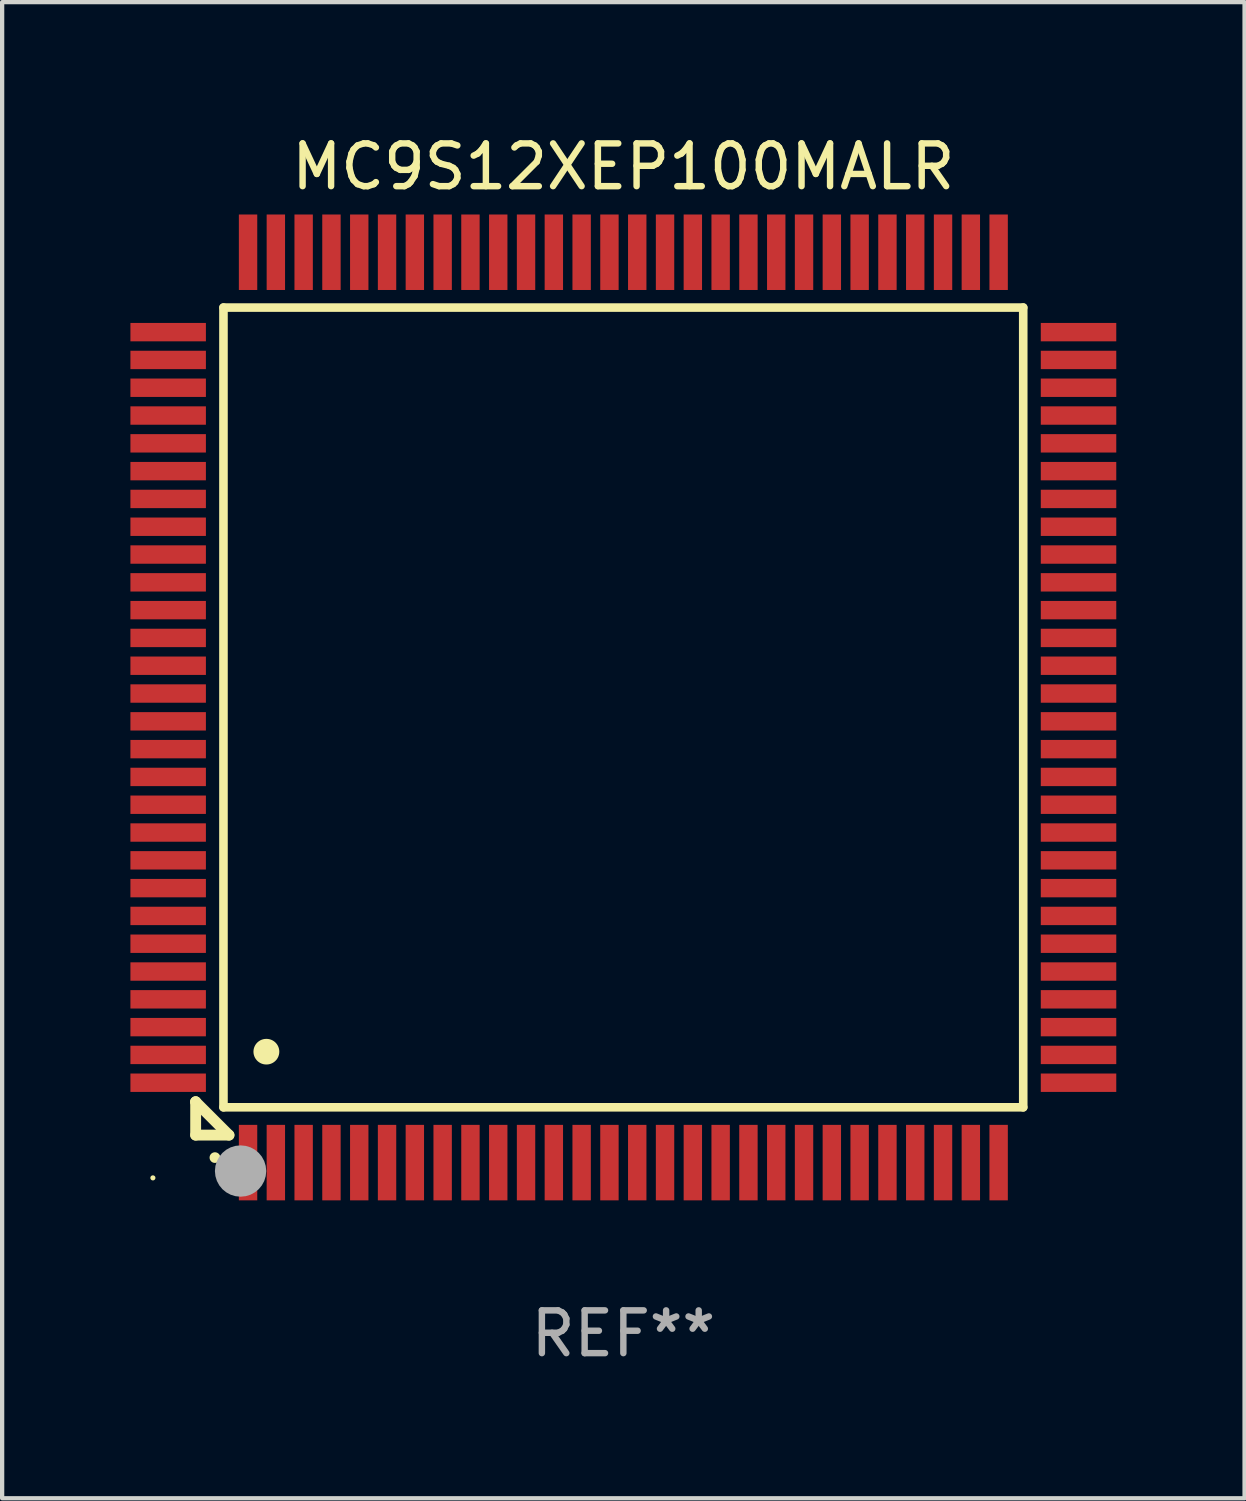
<source format=kicad_pcb>
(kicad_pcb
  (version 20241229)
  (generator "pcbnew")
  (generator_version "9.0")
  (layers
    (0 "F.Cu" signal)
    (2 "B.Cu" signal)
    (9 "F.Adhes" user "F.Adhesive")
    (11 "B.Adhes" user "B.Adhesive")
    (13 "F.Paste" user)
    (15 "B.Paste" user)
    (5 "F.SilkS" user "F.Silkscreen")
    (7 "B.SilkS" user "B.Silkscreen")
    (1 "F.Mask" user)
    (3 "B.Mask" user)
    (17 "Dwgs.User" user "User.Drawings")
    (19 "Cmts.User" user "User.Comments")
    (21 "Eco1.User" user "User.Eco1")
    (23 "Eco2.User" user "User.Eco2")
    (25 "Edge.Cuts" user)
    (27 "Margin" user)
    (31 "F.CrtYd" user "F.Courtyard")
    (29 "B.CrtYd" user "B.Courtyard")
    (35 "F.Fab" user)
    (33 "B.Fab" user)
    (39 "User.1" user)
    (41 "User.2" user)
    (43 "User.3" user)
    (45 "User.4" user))
  (footprint "MC9S12XEP100MALR"
    (layer "F.Cu")
    (at 11.525 13.491)
    (property "Reference" "MC9S12XEP100MALR" (at 0 -12.643 0) (layer "F.SilkS") (effects (font (size 1 1) (thickness 0.15))))
    (attr through_hole)
    (fp_line (start -10 9.221) (end -10 9.221) (stroke (width 0.254) (type solid)) (layer "F.SilkS"))
    (fp_line (start -10 9.221) (end -10 10) (stroke (width 0.254) (type solid)) (layer "F.SilkS"))
    (fp_line (start -10 9.221) (end -9.221 10) (stroke (width 0.254) (type solid)) (layer "F.SilkS"))
    (fp_line (start -10 10) (end -9.221 10) (stroke (width 0.254) (type solid)) (layer "F.SilkS"))
    (fp_line (start -9.35 -9.35) (end -9.35 9.35) (stroke (width 0.201) (type solid)) (layer "F.SilkS"))
    (fp_line (start -9.35 9.35) (end 9.35 9.35) (stroke (width 0.201) (type solid)) (layer "F.SilkS"))
    (fp_line (start 9.35 -9.35) (end -9.35 -9.35) (stroke (width 0.201) (type solid)) (layer "F.SilkS"))
    (fp_line (start 9.35 9.35) (end 9.35 -9.35) (stroke (width 0.201) (type solid)) (layer "F.SilkS"))
    (fp_arc (start -9.550546 10.525832) (mid -9.549276 10.525826) (end -9.548006 10.525832) (stroke (width 0.24892) (type solid)) (layer "F.SilkS"))
    (fp_arc (start -8.349124 8.049327) (mid -8.346584 8.049316) (end -8.344044 8.049327) (stroke (width 0.599441) (type solid)) (layer "F.SilkS"))
    (fp_circle (center -11 11) (end -10.97 11) (stroke (width 0.06) (type solid)) (fill no) (layer "F.SilkS"))
    (fp_circle (center -8.95 10.84) (end -8.65 10.84) (stroke (width 0.6) (type solid)) (fill no) (layer "F.Fab"))
    (fp_text user "REF**" (at 0 14.643 0) (layer "F.Fab") (effects (font (size 1 1) (thickness 0.15))))
    (pad "1" smd rect (at -8.775 10.643) (size 0.43 1.765) (layers "F.Cu" "F.Mask" "F.Paste"))
    (pad "2" smd rect (at -8.125 10.643) (size 0.43 1.765) (layers "F.Cu" "F.Mask" "F.Paste"))
    (pad "3" smd rect (at -7.475 10.643) (size 0.43 1.765) (layers "F.Cu" "F.Mask" "F.Paste"))
    (pad "4" smd rect (at -6.825 10.643) (size 0.43 1.765) (layers "F.Cu" "F.Mask" "F.Paste"))
    (pad "5" smd rect (at -6.175 10.643) (size 0.43 1.765) (layers "F.Cu" "F.Mask" "F.Paste"))
    (pad "6" smd rect (at -5.525 10.643) (size 0.43 1.765) (layers "F.Cu" "F.Mask" "F.Paste"))
    (pad "7" smd rect (at -4.875 10.643) (size 0.43 1.765) (layers "F.Cu" "F.Mask" "F.Paste"))
    (pad "8" smd rect (at -4.225 10.643) (size 0.43 1.765) (layers "F.Cu" "F.Mask" "F.Paste"))
    (pad "9" smd rect (at -3.575 10.643) (size 0.43 1.765) (layers "F.Cu" "F.Mask" "F.Paste"))
    (pad "10" smd rect (at -2.925 10.643) (size 0.43 1.765) (layers "F.Cu" "F.Mask" "F.Paste"))
    (pad "11" smd rect (at -2.275 10.643) (size 0.43 1.765) (layers "F.Cu" "F.Mask" "F.Paste"))
    (pad "12" smd rect (at -1.625 10.643) (size 0.43 1.765) (layers "F.Cu" "F.Mask" "F.Paste"))
    (pad "13" smd rect (at -0.975 10.643) (size 0.43 1.765) (layers "F.Cu" "F.Mask" "F.Paste"))
    (pad "14" smd rect (at -0.325 10.643) (size 0.43 1.765) (layers "F.Cu" "F.Mask" "F.Paste"))
    (pad "15" smd rect (at 0.325 10.643) (size 0.43 1.765) (layers "F.Cu" "F.Mask" "F.Paste"))
    (pad "16" smd rect (at 0.975 10.643) (size 0.43 1.765) (layers "F.Cu" "F.Mask" "F.Paste"))
    (pad "17" smd rect (at 1.625 10.643) (size 0.43 1.765) (layers "F.Cu" "F.Mask" "F.Paste"))
    (pad "18" smd rect (at 2.275 10.643) (size 0.43 1.765) (layers "F.Cu" "F.Mask" "F.Paste"))
    (pad "19" smd rect (at 2.925 10.643) (size 0.43 1.765) (layers "F.Cu" "F.Mask" "F.Paste"))
    (pad "20" smd rect (at 3.575 10.643) (size 0.43 1.765) (layers "F.Cu" "F.Mask" "F.Paste"))
    (pad "21" smd rect (at 4.225 10.643) (size 0.43 1.765) (layers "F.Cu" "F.Mask" "F.Paste"))
    (pad "22" smd rect (at 4.875 10.643) (size 0.43 1.765) (layers "F.Cu" "F.Mask" "F.Paste"))
    (pad "23" smd rect (at 5.525 10.643) (size 0.43 1.765) (layers "F.Cu" "F.Mask" "F.Paste"))
    (pad "24" smd rect (at 6.175 10.643) (size 0.43 1.765) (layers "F.Cu" "F.Mask" "F.Paste"))
    (pad "25" smd rect (at 6.825 10.643) (size 0.43 1.765) (layers "F.Cu" "F.Mask" "F.Paste"))
    (pad "26" smd rect (at 7.475 10.643) (size 0.43 1.765) (layers "F.Cu" "F.Mask" "F.Paste"))
    (pad "27" smd rect (at 8.125 10.643) (size 0.43 1.765) (layers "F.Cu" "F.Mask" "F.Paste"))
    (pad "28" smd rect (at 8.775 10.643) (size 0.43 1.765) (layers "F.Cu" "F.Mask" "F.Paste"))
    (pad "29" smd rect (at 10.643 8.775) (size 1.765 0.43) (layers "F.Cu" "F.Mask" "F.Paste"))
    (pad "30" smd rect (at 10.643 8.125) (size 1.765 0.43) (layers "F.Cu" "F.Mask" "F.Paste"))
    (pad "31" smd rect (at 10.643 7.475) (size 1.765 0.43) (layers "F.Cu" "F.Mask" "F.Paste"))
    (pad "32" smd rect (at 10.643 6.825) (size 1.765 0.43) (layers "F.Cu" "F.Mask" "F.Paste"))
    (pad "33" smd rect (at 10.643 6.175) (size 1.765 0.43) (layers "F.Cu" "F.Mask" "F.Paste"))
    (pad "34" smd rect (at 10.643 5.525) (size 1.765 0.43) (layers "F.Cu" "F.Mask" "F.Paste"))
    (pad "35" smd rect (at 10.643 4.875) (size 1.765 0.43) (layers "F.Cu" "F.Mask" "F.Paste"))
    (pad "36" smd rect (at 10.643 4.225) (size 1.765 0.43) (layers "F.Cu" "F.Mask" "F.Paste"))
    (pad "37" smd rect (at 10.643 3.575) (size 1.765 0.43) (layers "F.Cu" "F.Mask" "F.Paste"))
    (pad "38" smd rect (at 10.643 2.925) (size 1.765 0.43) (layers "F.Cu" "F.Mask" "F.Paste"))
    (pad "39" smd rect (at 10.643 2.275) (size 1.765 0.43) (layers "F.Cu" "F.Mask" "F.Paste"))
    (pad "40" smd rect (at 10.643 1.625) (size 1.765 0.43) (layers "F.Cu" "F.Mask" "F.Paste"))
    (pad "41" smd rect (at 10.643 0.975) (size 1.765 0.43) (layers "F.Cu" "F.Mask" "F.Paste"))
    (pad "42" smd rect (at 10.643 0.325) (size 1.765 0.43) (layers "F.Cu" "F.Mask" "F.Paste"))
    (pad "43" smd rect (at 10.643 -0.325) (size 1.765 0.43) (layers "F.Cu" "F.Mask" "F.Paste"))
    (pad "44" smd rect (at 10.643 -0.975) (size 1.765 0.43) (layers "F.Cu" "F.Mask" "F.Paste"))
    (pad "45" smd rect (at 10.643 -1.625) (size 1.765 0.43) (layers "F.Cu" "F.Mask" "F.Paste"))
    (pad "46" smd rect (at 10.643 -2.275) (size 1.765 0.43) (layers "F.Cu" "F.Mask" "F.Paste"))
    (pad "47" smd rect (at 10.643 -2.925) (size 1.765 0.43) (layers "F.Cu" "F.Mask" "F.Paste"))
    (pad "48" smd rect (at 10.643 -3.575) (size 1.765 0.43) (layers "F.Cu" "F.Mask" "F.Paste"))
    (pad "49" smd rect (at 10.643 -4.225) (size 1.765 0.43) (layers "F.Cu" "F.Mask" "F.Paste"))
    (pad "50" smd rect (at 10.643 -4.875) (size 1.765 0.43) (layers "F.Cu" "F.Mask" "F.Paste"))
    (pad "51" smd rect (at 10.643 -5.525) (size 1.765 0.43) (layers "F.Cu" "F.Mask" "F.Paste"))
    (pad "52" smd rect (at 10.643 -6.175) (size 1.765 0.43) (layers "F.Cu" "F.Mask" "F.Paste"))
    (pad "53" smd rect (at 10.643 -6.825) (size 1.765 0.43) (layers "F.Cu" "F.Mask" "F.Paste"))
    (pad "54" smd rect (at 10.643 -7.475) (size 1.765 0.43) (layers "F.Cu" "F.Mask" "F.Paste"))
    (pad "55" smd rect (at 10.643 -8.125) (size 1.765 0.43) (layers "F.Cu" "F.Mask" "F.Paste"))
    (pad "56" smd rect (at 10.643 -8.775) (size 1.765 0.43) (layers "F.Cu" "F.Mask" "F.Paste"))
    (pad "57" smd rect (at 8.775 -10.643) (size 0.43 1.765) (layers "F.Cu" "F.Mask" "F.Paste"))
    (pad "58" smd rect (at 8.125 -10.643) (size 0.43 1.765) (layers "F.Cu" "F.Mask" "F.Paste"))
    (pad "59" smd rect (at 7.475 -10.643) (size 0.43 1.765) (layers "F.Cu" "F.Mask" "F.Paste"))
    (pad "60" smd rect (at 6.825 -10.643) (size 0.43 1.765) (layers "F.Cu" "F.Mask" "F.Paste"))
    (pad "61" smd rect (at 6.175 -10.643) (size 0.43 1.765) (layers "F.Cu" "F.Mask" "F.Paste"))
    (pad "62" smd rect (at 5.525 -10.643) (size 0.43 1.765) (layers "F.Cu" "F.Mask" "F.Paste"))
    (pad "63" smd rect (at 4.875 -10.643) (size 0.43 1.765) (layers "F.Cu" "F.Mask" "F.Paste"))
    (pad "64" smd rect (at 4.225 -10.643) (size 0.43 1.765) (layers "F.Cu" "F.Mask" "F.Paste"))
    (pad "65" smd rect (at 3.575 -10.643) (size 0.43 1.765) (layers "F.Cu" "F.Mask" "F.Paste"))
    (pad "66" smd rect (at 2.925 -10.643) (size 0.43 1.765) (layers "F.Cu" "F.Mask" "F.Paste"))
    (pad "67" smd rect (at 2.275 -10.643) (size 0.43 1.765) (layers "F.Cu" "F.Mask" "F.Paste"))
    (pad "68" smd rect (at 1.625 -10.643) (size 0.43 1.765) (layers "F.Cu" "F.Mask" "F.Paste"))
    (pad "69" smd rect (at 0.975 -10.643) (size 0.43 1.765) (layers "F.Cu" "F.Mask" "F.Paste"))
    (pad "70" smd rect (at 0.325 -10.643) (size 0.43 1.765) (layers "F.Cu" "F.Mask" "F.Paste"))
    (pad "71" smd rect (at -0.325 -10.643) (size 0.43 1.765) (layers "F.Cu" "F.Mask" "F.Paste"))
    (pad "72" smd rect (at -0.975 -10.643) (size 0.43 1.765) (layers "F.Cu" "F.Mask" "F.Paste"))
    (pad "73" smd rect (at -1.625 -10.643) (size 0.43 1.765) (layers "F.Cu" "F.Mask" "F.Paste"))
    (pad "74" smd rect (at -2.275 -10.643) (size 0.43 1.765) (layers "F.Cu" "F.Mask" "F.Paste"))
    (pad "75" smd rect (at -2.925 -10.643) (size 0.43 1.765) (layers "F.Cu" "F.Mask" "F.Paste"))
    (pad "76" smd rect (at -3.575 -10.643) (size 0.43 1.765) (layers "F.Cu" "F.Mask" "F.Paste"))
    (pad "77" smd rect (at -4.225 -10.643) (size 0.43 1.765) (layers "F.Cu" "F.Mask" "F.Paste"))
    (pad "78" smd rect (at -4.875 -10.643) (size 0.43 1.765) (layers "F.Cu" "F.Mask" "F.Paste"))
    (pad "79" smd rect (at -5.525 -10.643) (size 0.43 1.765) (layers "F.Cu" "F.Mask" "F.Paste"))
    (pad "80" smd rect (at -6.175 -10.643) (size 0.43 1.765) (layers "F.Cu" "F.Mask" "F.Paste"))
    (pad "81" smd rect (at -6.825 -10.643) (size 0.43 1.765) (layers "F.Cu" "F.Mask" "F.Paste"))
    (pad "82" smd rect (at -7.475 -10.643) (size 0.43 1.765) (layers "F.Cu" "F.Mask" "F.Paste"))
    (pad "83" smd rect (at -8.125 -10.643) (size 0.43 1.765) (layers "F.Cu" "F.Mask" "F.Paste"))
    (pad "84" smd rect (at -8.775 -10.643) (size 0.43 1.765) (layers "F.Cu" "F.Mask" "F.Paste"))
    (pad "85" smd rect (at -10.643 -8.775) (size 1.765 0.43) (layers "F.Cu" "F.Mask" "F.Paste"))
    (pad "86" smd rect (at -10.643 -8.125) (size 1.765 0.43) (layers "F.Cu" "F.Mask" "F.Paste"))
    (pad "87" smd rect (at -10.643 -7.475) (size 1.765 0.43) (layers "F.Cu" "F.Mask" "F.Paste"))
    (pad "88" smd rect (at -10.643 -6.825) (size 1.765 0.43) (layers "F.Cu" "F.Mask" "F.Paste"))
    (pad "89" smd rect (at -10.643 -6.175) (size 1.765 0.43) (layers "F.Cu" "F.Mask" "F.Paste"))
    (pad "90" smd rect (at -10.643 -5.525) (size 1.765 0.43) (layers "F.Cu" "F.Mask" "F.Paste"))
    (pad "91" smd rect (at -10.643 -4.875) (size 1.765 0.43) (layers "F.Cu" "F.Mask" "F.Paste"))
    (pad "92" smd rect (at -10.643 -4.225) (size 1.765 0.43) (layers "F.Cu" "F.Mask" "F.Paste"))
    (pad "93" smd rect (at -10.643 -3.575) (size 1.765 0.43) (layers "F.Cu" "F.Mask" "F.Paste"))
    (pad "94" smd rect (at -10.643 -2.925) (size 1.765 0.43) (layers "F.Cu" "F.Mask" "F.Paste"))
    (pad "95" smd rect (at -10.643 -2.275) (size 1.765 0.43) (layers "F.Cu" "F.Mask" "F.Paste"))
    (pad "96" smd rect (at -10.643 -1.625) (size 1.765 0.43) (layers "F.Cu" "F.Mask" "F.Paste"))
    (pad "97" smd rect (at -10.643 -0.975) (size 1.765 0.43) (layers "F.Cu" "F.Mask" "F.Paste"))
    (pad "98" smd rect (at -10.643 -0.325) (size 1.765 0.43) (layers "F.Cu" "F.Mask" "F.Paste"))
    (pad "99" smd rect (at -10.643 0.325) (size 1.765 0.43) (layers "F.Cu" "F.Mask" "F.Paste"))
    (pad "100" smd rect (at -10.643 0.975) (size 1.765 0.43) (layers "F.Cu" "F.Mask" "F.Paste"))
    (pad "101" smd rect (at -10.643 1.625) (size 1.765 0.43) (layers "F.Cu" "F.Mask" "F.Paste"))
    (pad "102" smd rect (at -10.643 2.275) (size 1.765 0.43) (layers "F.Cu" "F.Mask" "F.Paste"))
    (pad "103" smd rect (at -10.643 2.925) (size 1.765 0.43) (layers "F.Cu" "F.Mask" "F.Paste"))
    (pad "104" smd rect (at -10.643 3.575) (size 1.765 0.43) (layers "F.Cu" "F.Mask" "F.Paste"))
    (pad "105" smd rect (at -10.643 4.225) (size 1.765 0.43) (layers "F.Cu" "F.Mask" "F.Paste"))
    (pad "106" smd rect (at -10.643 4.875) (size 1.765 0.43) (layers "F.Cu" "F.Mask" "F.Paste"))
    (pad "107" smd rect (at -10.643 5.525) (size 1.765 0.43) (layers "F.Cu" "F.Mask" "F.Paste"))
    (pad "108" smd rect (at -10.643 6.175) (size 1.765 0.43) (layers "F.Cu" "F.Mask" "F.Paste"))
    (pad "109" smd rect (at -10.643 6.825) (size 1.765 0.43) (layers "F.Cu" "F.Mask" "F.Paste"))
    (pad "110" smd rect (at -10.643 7.475) (size 1.765 0.43) (layers "F.Cu" "F.Mask" "F.Paste"))
    (pad "111" smd rect (at -10.643 8.125) (size 1.765 0.43) (layers "F.Cu" "F.Mask" "F.Paste"))
    (pad "112" smd rect (at -10.643 8.775) (size 1.765 0.43) (layers "F.Cu" "F.Mask" "F.Paste")))
  (gr_rect
    (start -3 -3)
    (end 26.05 31.982)
    (stroke (width 0.1) (type default))
    (fill no)
    (layer "Edge.Cuts")))
</source>
